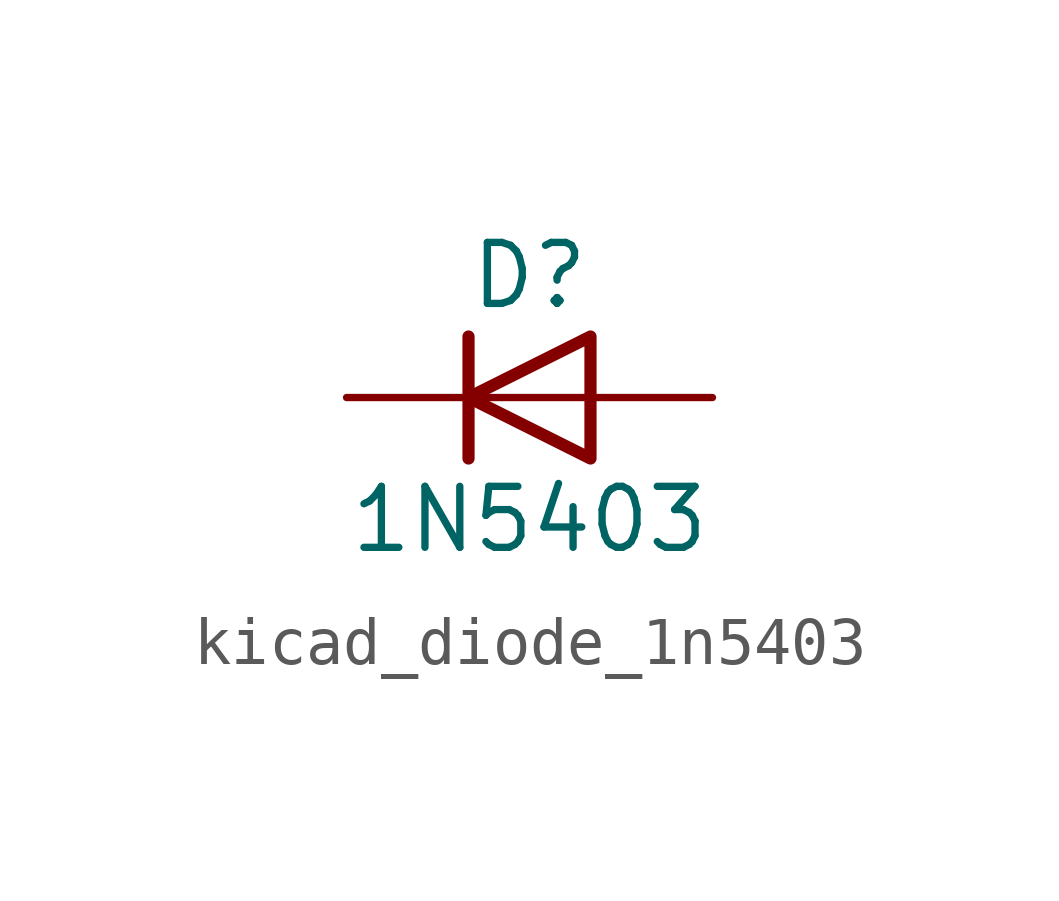
<source format=kicad_sym>
(kicad_symbol_lib
  (version 20220914)
  (generator kicad_symbol_editor)
  (symbol "kicad_diode_1n5403"
    (pin_numbers hide)
    (pin_names hide)
    (property "Reference" "D"
      (at 0 2.54 0)
      (effects (font (size 1.27 1.27))))
    (property "Value" "1N5403"
      (at 0 -2.54 0)
      (effects (font (size 1.27 1.27))))
    (symbol "kicad_diode_1n5403_0_1"
      (polyline (pts (xy -1.27 1.27) (xy -1.27 -1.27)) (stroke (width 0.254) (type default)) (fill (type none)))
      (polyline (pts (xy 1.27 0) (xy -1.27 0)) (stroke (width 0) (type default)) (fill (type none)))
      (polyline (pts (xy 1.27 1.27) (xy 1.27 -1.27) (xy -1.27 0) (xy 1.27 1.27)) (stroke (width 0.254) (type default)) (fill (type none))))
    (symbol "kicad_diode_1n5403_1_1"
      (pin passive line (at -3.81 0 0) (length 2.54) (name "K" (effects (font (size 1.27 1.27)))) (number "1" (effects (font (size 1.27 1.27)))))
      (pin passive line (at 3.81 0 180) (length 2.54) (name "A" (effects (font (size 1.27 1.27)))) (number "2" (effects (font (size 1.27 1.27))))))))
</source>
